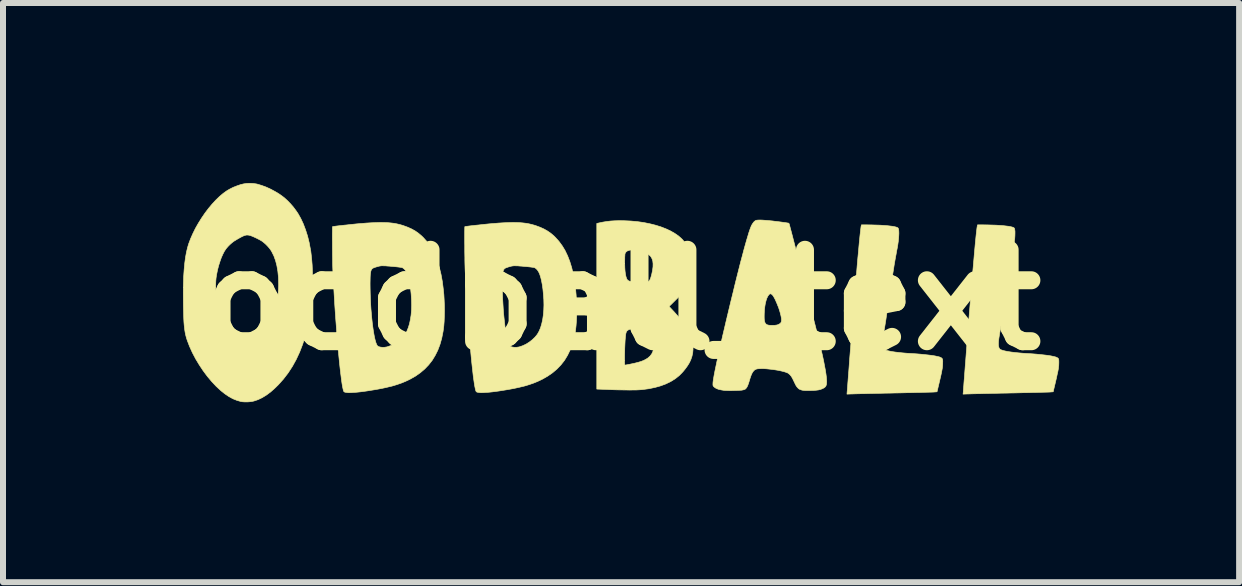
<source format=kicad_pcb>
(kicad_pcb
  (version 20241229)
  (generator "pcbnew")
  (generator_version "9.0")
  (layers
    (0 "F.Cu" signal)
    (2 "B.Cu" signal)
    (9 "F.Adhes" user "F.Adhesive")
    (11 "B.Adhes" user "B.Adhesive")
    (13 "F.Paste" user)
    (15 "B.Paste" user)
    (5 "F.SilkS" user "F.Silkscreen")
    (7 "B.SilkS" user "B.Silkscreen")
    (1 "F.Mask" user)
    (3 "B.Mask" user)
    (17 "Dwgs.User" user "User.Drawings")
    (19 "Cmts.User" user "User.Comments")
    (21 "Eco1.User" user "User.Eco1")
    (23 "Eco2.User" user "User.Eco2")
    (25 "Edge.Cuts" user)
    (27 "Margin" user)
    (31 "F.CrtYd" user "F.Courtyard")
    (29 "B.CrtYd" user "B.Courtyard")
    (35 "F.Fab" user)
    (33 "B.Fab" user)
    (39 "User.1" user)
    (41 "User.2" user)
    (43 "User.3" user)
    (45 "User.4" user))
  (footprint "oddball_text"
    (layer "F.Cu")
    (at 7.319 1.948)
    (property "Reference" "oddball_text" (at 0 0 0) (layer "F.SilkS") (effects (font (size 1.524 1.524) (thickness 0.3))))
    (attr through_hole)
    (fp_poly (pts (xy 4.091 -1.25) (xy 4.162 -1.249) (xy 4.231 -1.247) (xy 4.297 -1.245) (xy 4.359 -1.241) (xy 4.416 -1.237) (xy 4.466 -1.231) (xy 4.509 -1.226) (xy 4.544 -1.219) (xy 4.564 -1.214) (xy 4.583 -1.208) (xy 4.594 -1.202) (xy 4.601 -1.195) (xy 4.605 -1.186) (xy 4.61 -1.168) (xy 4.612 -1.141) (xy 4.613 -1.107) (xy 4.611 -1.067) (xy 4.608 -1.022) (xy 4.603 -0.974) (xy 4.596 -0.925) (xy 4.588 -0.874) (xy 4.587 -0.871) (xy 4.583 -0.849) (xy 4.577 -0.82) (xy 4.571 -0.786) (xy 4.565 -0.751) (xy 4.56 -0.726) (xy 4.553 -0.687) (xy 4.545 -0.642) (xy 4.536 -0.59) (xy 4.527 -0.532) (xy 4.517 -0.468) (xy 4.505 -0.395) (xy 4.493 -0.314) (xy 4.48 -0.225) (xy 4.465 -0.127) (xy 4.455 -0.061) (xy 4.441 0.034) (xy 4.428 0.119) (xy 4.417 0.196) (xy 4.406 0.265) (xy 4.397 0.327) (xy 4.388 0.383) (xy 4.38 0.433) (xy 4.372 0.478) (xy 4.365 0.52) (xy 4.358 0.558) (xy 4.356 0.572) (xy 4.345 0.632) (xy 4.339 0.685) (xy 4.336 0.728) (xy 4.338 0.763) (xy 4.343 0.791) (xy 4.352 0.811) (xy 4.366 0.825) (xy 4.366 0.825) (xy 4.386 0.834) (xy 4.415 0.844) (xy 4.453 0.853) (xy 4.499 0.862) (xy 4.552 0.87) (xy 4.612 0.877) (xy 4.678 0.884) (xy 4.749 0.89) (xy 4.818 0.894) (xy 4.898 0.899) (xy 4.973 0.905) (xy 5.042 0.912) (xy 5.106 0.919) (xy 5.163 0.926) (xy 5.213 0.934) (xy 5.255 0.943) (xy 5.288 0.951) (xy 5.311 0.96) (xy 5.312 0.961) (xy 5.324 0.968) (xy 5.333 0.976) (xy 5.339 0.987) (xy 5.343 1.003) (xy 5.344 1.026) (xy 5.343 1.056) (xy 5.343 1.068) (xy 5.342 1.087) (xy 5.341 1.105) (xy 5.339 1.124) (xy 5.336 1.144) (xy 5.332 1.166) (xy 5.327 1.193) (xy 5.321 1.223) (xy 5.313 1.26) (xy 5.303 1.303) (xy 5.291 1.354) (xy 5.277 1.414) (xy 5.276 1.417) (xy 5.249 1.532) (xy 5.212 1.535) (xy 5.202 1.536) (xy 5.182 1.537) (xy 5.154 1.538) (xy 5.118 1.539) (xy 5.074 1.54) (xy 5.024 1.541) (xy 4.967 1.543) (xy 4.904 1.544) (xy 4.837 1.546) (xy 4.766 1.547) (xy 4.691 1.549) (xy 4.613 1.551) (xy 4.549 1.552) (xy 4.468 1.554) (xy 4.389 1.555) (xy 4.312 1.557) (xy 4.239 1.558) (xy 4.169 1.56) (xy 4.103 1.561) (xy 4.043 1.563) (xy 3.989 1.564) (xy 3.941 1.565) (xy 3.901 1.566) (xy 3.869 1.567) (xy 3.846 1.568) (xy 3.836 1.568) (xy 3.748 1.571) (xy 3.751 1.531) (xy 3.752 1.52) (xy 3.754 1.5) (xy 3.756 1.472) (xy 3.759 1.435) (xy 3.762 1.391) (xy 3.766 1.341) (xy 3.77 1.286) (xy 3.775 1.225) (xy 3.78 1.161) (xy 3.785 1.093) (xy 3.79 1.023) (xy 3.792 0.993) (xy 3.806 0.82) (xy 3.819 0.652) (xy 3.831 0.49) (xy 3.844 0.333) (xy 3.856 0.183) (xy 3.867 0.038) (xy 3.879 -0.1) (xy 3.889 -0.231) (xy 3.9 -0.356) (xy 3.91 -0.473) (xy 3.919 -0.583) (xy 3.928 -0.686) (xy 3.937 -0.78) (xy 3.945 -0.867) (xy 3.952 -0.945) (xy 3.959 -1.014) (xy 3.965 -1.075) (xy 3.971 -1.127) (xy 3.976 -1.17) (xy 3.98 -1.203) (xy 3.983 -1.226) (xy 3.986 -1.237) (xy 3.989 -1.25) (xy 4.091 -1.25)) (stroke (width 0.01) (type solid)) (fill yes) (layer "F.SilkS"))
    (fp_poly (pts (xy 6.027 -1.25) (xy 6.098 -1.249) (xy 6.167 -1.247) (xy 6.233 -1.245) (xy 6.294 -1.241) (xy 6.351 -1.237) (xy 6.402 -1.231) (xy 6.445 -1.226) (xy 6.48 -1.219) (xy 6.5 -1.214) (xy 6.518 -1.208) (xy 6.53 -1.202) (xy 6.537 -1.195) (xy 6.541 -1.186) (xy 6.545 -1.168) (xy 6.548 -1.141) (xy 6.548 -1.107) (xy 6.547 -1.067) (xy 6.544 -1.022) (xy 6.538 -0.974) (xy 6.532 -0.925) (xy 6.523 -0.874) (xy 6.523 -0.871) (xy 6.518 -0.849) (xy 6.513 -0.82) (xy 6.507 -0.786) (xy 6.5 -0.751) (xy 6.495 -0.726) (xy 6.488 -0.687) (xy 6.48 -0.642) (xy 6.472 -0.59) (xy 6.462 -0.532) (xy 6.452 -0.468) (xy 6.441 -0.395) (xy 6.428 -0.314) (xy 6.415 -0.225) (xy 6.4 -0.127) (xy 6.391 -0.061) (xy 6.377 0.034) (xy 6.364 0.119) (xy 6.352 0.196) (xy 6.342 0.265) (xy 6.332 0.327) (xy 6.323 0.383) (xy 6.315 0.433) (xy 6.308 0.478) (xy 6.3 0.52) (xy 6.293 0.558) (xy 6.291 0.572) (xy 6.281 0.632) (xy 6.274 0.685) (xy 6.272 0.728) (xy 6.273 0.763) (xy 6.279 0.791) (xy 6.288 0.811) (xy 6.301 0.825) (xy 6.301 0.825) (xy 6.321 0.834) (xy 6.35 0.844) (xy 6.388 0.853) (xy 6.434 0.862) (xy 6.488 0.87) (xy 6.548 0.877) (xy 6.614 0.884) (xy 6.685 0.89) (xy 6.754 0.894) (xy 6.833 0.899) (xy 6.908 0.905) (xy 6.978 0.912) (xy 7.042 0.919) (xy 7.099 0.926) (xy 7.148 0.934) (xy 7.19 0.943) (xy 7.223 0.951) (xy 7.247 0.96) (xy 7.247 0.961) (xy 7.26 0.968) (xy 7.269 0.976) (xy 7.275 0.987) (xy 7.278 1.003) (xy 7.279 1.026) (xy 7.279 1.056) (xy 7.278 1.068) (xy 7.278 1.087) (xy 7.276 1.105) (xy 7.274 1.124) (xy 7.272 1.144) (xy 7.268 1.166) (xy 7.263 1.193) (xy 7.256 1.223) (xy 7.248 1.26) (xy 7.239 1.303) (xy 7.227 1.354) (xy 7.213 1.414) (xy 7.212 1.417) (xy 7.185 1.532) (xy 7.147 1.535) (xy 7.137 1.536) (xy 7.118 1.537) (xy 7.09 1.538) (xy 7.054 1.539) (xy 7.01 1.54) (xy 6.959 1.541) (xy 6.902 1.543) (xy 6.84 1.544) (xy 6.773 1.546) (xy 6.701 1.547) (xy 6.626 1.549) (xy 6.549 1.551) (xy 6.485 1.552) (xy 6.404 1.554) (xy 6.325 1.555) (xy 6.248 1.557) (xy 6.174 1.558) (xy 6.104 1.56) (xy 6.039 1.561) (xy 5.978 1.563) (xy 5.924 1.564) (xy 5.877 1.565) (xy 5.837 1.566) (xy 5.805 1.567) (xy 5.782 1.568) (xy 5.772 1.568) (xy 5.683 1.571) (xy 5.687 1.531) (xy 5.687 1.52) (xy 5.689 1.5) (xy 5.691 1.472) (xy 5.694 1.435) (xy 5.697 1.391) (xy 5.701 1.341) (xy 5.706 1.286) (xy 5.71 1.225) (xy 5.715 1.161) (xy 5.72 1.093) (xy 5.726 1.023) (xy 5.728 0.993) (xy 5.741 0.82) (xy 5.754 0.652) (xy 5.767 0.49) (xy 5.779 0.333) (xy 5.791 0.183) (xy 5.803 0.038) (xy 5.814 -0.1) (xy 5.825 -0.231) (xy 5.835 -0.356) (xy 5.845 -0.473) (xy 5.855 -0.583) (xy 5.864 -0.686) (xy 5.872 -0.78) (xy 5.88 -0.867) (xy 5.887 -0.945) (xy 5.894 -1.014) (xy 5.9 -1.075) (xy 5.906 -1.127) (xy 5.911 -1.17) (xy 5.915 -1.203) (xy 5.919 -1.226) (xy 5.921 -1.237) (xy 5.924 -1.25) (xy 6.027 -1.25)) (stroke (width 0.01) (type solid)) (fill yes) (layer "F.SilkS"))
    (fp_poly (pts (xy -6.147 -1.94) (xy -6.093 -1.932) (xy -6.08 -1.929) (xy -6.007 -1.907) (xy -5.931 -1.879) (xy -5.855 -1.844) (xy -5.781 -1.804) (xy -5.71 -1.761) (xy -5.647 -1.715) (xy -5.634 -1.705) (xy -5.582 -1.658) (xy -5.529 -1.604) (xy -5.478 -1.545) (xy -5.432 -1.483) (xy -5.401 -1.437) (xy -5.355 -1.355) (xy -5.313 -1.265) (xy -5.276 -1.167) (xy -5.243 -1.064) (xy -5.216 -0.955) (xy -5.195 -0.843) (xy -5.189 -0.81) (xy -5.176 -0.699) (xy -5.166 -0.58) (xy -5.161 -0.456) (xy -5.16 -0.328) (xy -5.162 -0.198) (xy -5.169 -0.068) (xy -5.18 0.06) (xy -5.194 0.185) (xy -5.212 0.304) (xy -5.243 0.457) (xy -5.28 0.602) (xy -5.324 0.739) (xy -5.374 0.869) (xy -5.431 0.992) (xy -5.495 1.108) (xy -5.566 1.217) (xy -5.644 1.319) (xy -5.729 1.414) (xy -5.789 1.473) (xy -5.859 1.535) (xy -5.929 1.587) (xy -5.999 1.63) (xy -6.068 1.663) (xy -6.136 1.686) (xy -6.172 1.694) (xy -6.206 1.698) (xy -6.244 1.701) (xy -6.284 1.701) (xy -6.322 1.699) (xy -6.353 1.694) (xy -6.355 1.694) (xy -6.421 1.675) (xy -6.488 1.648) (xy -6.555 1.611) (xy -6.623 1.565) (xy -6.688 1.513) (xy -6.765 1.442) (xy -6.84 1.362) (xy -6.913 1.275) (xy -6.983 1.181) (xy -7.048 1.083) (xy -7.109 0.982) (xy -7.163 0.879) (xy -7.21 0.775) (xy -7.249 0.673) (xy -7.259 0.642) (xy -7.268 0.61) (xy -7.276 0.578) (xy -7.283 0.544) (xy -7.289 0.507) (xy -7.294 0.467) (xy -7.299 0.422) (xy -7.303 0.372) (xy -7.306 0.317) (xy -7.308 0.254) (xy -7.31 0.184) (xy -7.312 0.105) (xy -7.313 0.02) (xy -7.314 -0.125) (xy -7.313 -0.21) (xy -6.775 -0.21) (xy -6.774 -0.158) (xy -6.771 -0.11) (xy -6.766 -0.069) (xy -6.765 -0.058) (xy -6.748 0.024) (xy -6.727 0.104) (xy -6.7 0.182) (xy -6.669 0.257) (xy -6.635 0.327) (xy -6.597 0.391) (xy -6.556 0.45) (xy -6.513 0.502) (xy -6.469 0.546) (xy -6.423 0.582) (xy -6.378 0.608) (xy -6.329 0.626) (xy -6.279 0.636) (xy -6.229 0.638) (xy -6.183 0.632) (xy -6.161 0.626) (xy -6.119 0.608) (xy -6.08 0.586) (xy -6.043 0.557) (xy -6.006 0.521) (xy -5.994 0.507) (xy -5.931 0.429) (xy -5.877 0.348) (xy -5.832 0.264) (xy -5.795 0.175) (xy -5.786 0.149) (xy -5.765 0.076) (xy -5.748 0.004) (xy -5.736 -0.07) (xy -5.729 -0.148) (xy -5.725 -0.233) (xy -5.725 -0.267) (xy -5.728 -0.375) (xy -5.738 -0.476) (xy -5.754 -0.569) (xy -5.776 -0.654) (xy -5.804 -0.732) (xy -5.839 -0.802) (xy -5.858 -0.833) (xy -5.882 -0.865) (xy -5.912 -0.899) (xy -5.945 -0.932) (xy -5.978 -0.96) (xy -6.002 -0.978) (xy -6.026 -0.993) (xy -6.056 -1.009) (xy -6.089 -1.026) (xy -6.123 -1.042) (xy -6.156 -1.057) (xy -6.185 -1.068) (xy -6.202 -1.074) (xy -6.232 -1.08) (xy -6.258 -1.081) (xy -6.286 -1.075) (xy -6.301 -1.07) (xy -6.322 -1.061) (xy -6.348 -1.048) (xy -6.379 -1.031) (xy -6.411 -1.013) (xy -6.442 -0.994) (xy -6.47 -0.977) (xy -6.474 -0.974) (xy -6.503 -0.952) (xy -6.536 -0.923) (xy -6.567 -0.892) (xy -6.593 -0.862) (xy -6.6 -0.853) (xy -6.628 -0.812) (xy -6.654 -0.762) (xy -6.68 -0.704) (xy -6.703 -0.639) (xy -6.725 -0.57) (xy -6.744 -0.496) (xy -6.759 -0.42) (xy -6.762 -0.403) (xy -6.768 -0.362) (xy -6.772 -0.315) (xy -6.774 -0.263) (xy -6.775 -0.21) (xy -7.313 -0.21) (xy -7.312 -0.261) (xy -7.308 -0.387) (xy -7.3 -0.503) (xy -7.29 -0.61) (xy -7.277 -0.708) (xy -7.261 -0.796) (xy -7.242 -0.875) (xy -7.224 -0.935) (xy -7.192 -1.02) (xy -7.154 -1.106) (xy -7.111 -1.193) (xy -7.062 -1.279) (xy -7.009 -1.364) (xy -6.953 -1.446) (xy -6.894 -1.524) (xy -6.833 -1.597) (xy -6.77 -1.665) (xy -6.708 -1.725) (xy -6.646 -1.777) (xy -6.59 -1.817) (xy -6.539 -1.847) (xy -6.481 -1.876) (xy -6.42 -1.9) (xy -6.359 -1.921) (xy -6.309 -1.933) (xy -6.258 -1.941) (xy -6.203 -1.943) (xy -6.147 -1.94)) (stroke (width 0.01) (type solid)) (fill yes) (layer "F.SilkS"))
    (fp_poly (pts (xy 0.031 -1.319) (xy 0.035 -1.319) (xy 0.146 -1.314) (xy 0.255 -1.304) (xy 0.36 -1.289) (xy 0.46 -1.269) (xy 0.556 -1.245) (xy 0.646 -1.217) (xy 0.731 -1.184) (xy 0.808 -1.148) (xy 0.878 -1.108) (xy 0.94 -1.065) (xy 0.993 -1.018) (xy 1.015 -0.994) (xy 1.065 -0.931) (xy 1.105 -0.866) (xy 1.136 -0.797) (xy 1.157 -0.724) (xy 1.17 -0.647) (xy 1.173 -0.573) (xy 1.169 -0.491) (xy 1.157 -0.413) (xy 1.135 -0.338) (xy 1.104 -0.265) (xy 1.064 -0.194) (xy 1.03 -0.144) (xy 1.02 -0.132) (xy 1.004 -0.113) (xy 0.982 -0.09) (xy 0.957 -0.064) (xy 0.93 -0.036) (xy 0.901 -0.007) (xy 0.894 0.00015) (xy 0.783 0.11) (xy 0.87 0.203) (xy 0.919 0.258) (xy 0.961 0.306) (xy 0.998 0.35) (xy 1.029 0.391) (xy 1.056 0.43) (xy 1.08 0.467) (xy 1.101 0.505) (xy 1.117 0.535) (xy 1.144 0.597) (xy 1.164 0.655) (xy 1.176 0.711) (xy 1.182 0.768) (xy 1.182 0.823) (xy 1.177 0.882) (xy 1.165 0.938) (xy 1.147 0.992) (xy 1.123 1.045) (xy 1.09 1.099) (xy 1.049 1.155) (xy 1.012 1.2) (xy 0.955 1.259) (xy 0.889 1.312) (xy 0.816 1.358) (xy 0.735 1.398) (xy 0.646 1.432) (xy 0.55 1.459) (xy 0.445 1.481) (xy 0.332 1.496) (xy 0.302 1.498) (xy 0.271 1.5) (xy 0.23 1.502) (xy 0.182 1.502) (xy 0.127 1.503) (xy 0.066 1.502) (xy 0.00005 1.501) (xy -0.069 1.5) (xy -0.141 1.498) (xy -0.214 1.495) (xy -0.235 1.494) (xy -0.422 1.487) (xy -0.422 0.974) (xy 0.041 0.974) (xy 0.041 1.009) (xy 0.041 1.039) (xy 0.042 1.063) (xy 0.044 1.079) (xy 0.046 1.087) (xy 0.047 1.087) (xy 0.054 1.086) (xy 0.069 1.084) (xy 0.09 1.08) (xy 0.117 1.075) (xy 0.147 1.069) (xy 0.147 1.069) (xy 0.212 1.055) (xy 0.268 1.041) (xy 0.317 1.026) (xy 0.358 1.01) (xy 0.395 0.991) (xy 0.427 0.971) (xy 0.431 0.968) (xy 0.467 0.936) (xy 0.495 0.898) (xy 0.514 0.857) (xy 0.523 0.811) (xy 0.524 0.762) (xy 0.515 0.709) (xy 0.497 0.652) (xy 0.48 0.612) (xy 0.459 0.578) (xy 0.433 0.549) (xy 0.4 0.526) (xy 0.36 0.507) (xy 0.312 0.493) (xy 0.255 0.483) (xy 0.246 0.482) (xy 0.198 0.479) (xy 0.154 0.483) (xy 0.116 0.495) (xy 0.108 0.499) (xy 0.091 0.509) (xy 0.079 0.52) (xy 0.071 0.534) (xy 0.064 0.554) (xy 0.059 0.581) (xy 0.059 0.587) (xy 0.056 0.611) (xy 0.053 0.641) (xy 0.05 0.677) (xy 0.048 0.717) (xy 0.046 0.759) (xy 0.044 0.803) (xy 0.043 0.848) (xy 0.042 0.892) (xy 0.041 0.934) (xy 0.041 0.974) (xy -0.422 0.974) (xy -0.422 -0.646) (xy 0.043 -0.646) (xy 0.043 -0.609) (xy 0.044 -0.572) (xy 0.045 -0.537) (xy 0.047 -0.505) (xy 0.049 -0.479) (xy 0.05 -0.472) (xy 0.056 -0.428) (xy 0.063 -0.393) (xy 0.071 -0.366) (xy 0.08 -0.345) (xy 0.091 -0.33) (xy 0.105 -0.32) (xy 0.114 -0.315) (xy 0.151 -0.303) (xy 0.197 -0.294) (xy 0.252 -0.288) (xy 0.316 -0.286) (xy 0.335 -0.286) (xy 0.366 -0.287) (xy 0.388 -0.288) (xy 0.404 -0.289) (xy 0.416 -0.292) (xy 0.426 -0.296) (xy 0.429 -0.297) (xy 0.444 -0.308) (xy 0.457 -0.324) (xy 0.469 -0.346) (xy 0.48 -0.377) (xy 0.491 -0.417) (xy 0.493 -0.423) (xy 0.507 -0.49) (xy 0.515 -0.55) (xy 0.516 -0.602) (xy 0.511 -0.648) (xy 0.498 -0.687) (xy 0.479 -0.72) (xy 0.472 -0.729) (xy 0.442 -0.756) (xy 0.404 -0.779) (xy 0.357 -0.799) (xy 0.303 -0.815) (xy 0.248 -0.825) (xy 0.211 -0.83) (xy 0.182 -0.832) (xy 0.157 -0.832) (xy 0.134 -0.83) (xy 0.114 -0.825) (xy 0.085 -0.814) (xy 0.064 -0.797) (xy 0.05 -0.774) (xy 0.05 -0.773) (xy 0.047 -0.761) (xy 0.046 -0.74) (xy 0.044 -0.713) (xy 0.044 -0.681) (xy 0.043 -0.646) (xy -0.422 -0.646) (xy -0.422 -1.274) (xy -0.386 -1.282) (xy -0.32 -1.296) (xy -0.256 -1.306) (xy -0.191 -1.314) (xy -0.123 -1.318) (xy -0.05 -1.32) (xy 0.031 -1.319)) (stroke (width 0.01) (type solid)) (fill yes) (layer "F.SilkS"))
    (fp_poly (pts (xy -3.967 -1.289) (xy -3.908 -1.287) (xy -3.854 -1.282) (xy -3.803 -1.276) (xy -3.755 -1.267) (xy -3.708 -1.256) (xy -3.662 -1.243) (xy -3.644 -1.237) (xy -3.571 -1.21) (xy -3.507 -1.181) (xy -3.448 -1.148) (xy -3.394 -1.11) (xy -3.342 -1.066) (xy -3.314 -1.039) (xy -3.256 -0.974) (xy -3.203 -0.902) (xy -3.156 -0.823) (xy -3.114 -0.735) (xy -3.077 -0.64) (xy -3.045 -0.536) (xy -3.018 -0.424) (xy -2.996 -0.303) (xy -2.98 -0.175) (xy -2.971 -0.087) (xy -2.966 0.003) (xy -2.962 0.094) (xy -2.961 0.185) (xy -2.963 0.273) (xy -2.966 0.357) (xy -2.972 0.435) (xy -2.981 0.505) (xy -2.985 0.532) (xy -3.007 0.642) (xy -3.036 0.744) (xy -3.072 0.839) (xy -3.116 0.927) (xy -3.166 1.009) (xy -3.224 1.083) (xy -3.29 1.152) (xy -3.363 1.214) (xy -3.444 1.271) (xy -3.534 1.322) (xy -3.54 1.325) (xy -3.609 1.358) (xy -3.68 1.387) (xy -3.755 1.413) (xy -3.835 1.437) (xy -3.923 1.458) (xy -3.954 1.465) (xy -4.01 1.477) (xy -4.069 1.488) (xy -4.132 1.499) (xy -4.195 1.509) (xy -4.257 1.519) (xy -4.316 1.527) (xy -4.37 1.534) (xy -4.419 1.539) (xy -4.455 1.542) (xy -4.48 1.543) (xy -4.504 1.545) (xy -4.524 1.546) (xy -4.529 1.546) (xy -4.548 1.547) (xy -4.572 1.546) (xy -4.587 1.544) (xy -4.61 1.541) (xy -4.625 1.537) (xy -4.635 1.531) (xy -4.641 1.522) (xy -4.646 1.507) (xy -4.653 1.478) (xy -4.661 1.439) (xy -4.669 1.391) (xy -4.677 1.334) (xy -4.685 1.27) (xy -4.694 1.198) (xy -4.703 1.119) (xy -4.712 1.034) (xy -4.721 0.943) (xy -4.73 0.847) (xy -4.739 0.746) (xy -4.748 0.641) (xy -4.757 0.533) (xy -4.765 0.421) (xy -4.774 0.306) (xy -4.782 0.19) (xy -4.79 0.072) (xy -4.797 -0.047) (xy -4.804 -0.166) (xy -4.809 -0.264) (xy -4.201 -0.264) (xy -4.2 -0.181) (xy -4.198 -0.096) (xy -4.195 -0.012) (xy -4.191 0.071) (xy -4.186 0.153) (xy -4.179 0.233) (xy -4.172 0.31) (xy -4.164 0.384) (xy -4.155 0.453) (xy -4.146 0.518) (xy -4.136 0.576) (xy -4.126 0.629) (xy -4.115 0.674) (xy -4.104 0.712) (xy -4.092 0.742) (xy -4.081 0.762) (xy -4.075 0.769) (xy -4.056 0.78) (xy -4.03 0.787) (xy -3.999 0.791) (xy -3.965 0.791) (xy -3.931 0.786) (xy -3.916 0.783) (xy -3.861 0.764) (xy -3.806 0.738) (xy -3.752 0.704) (xy -3.702 0.665) (xy -3.657 0.623) (xy -3.62 0.578) (xy -3.614 0.569) (xy -3.587 0.521) (xy -3.564 0.464) (xy -3.544 0.4) (xy -3.529 0.329) (xy -3.517 0.253) (xy -3.51 0.172) (xy -3.508 0.086) (xy -3.51 -0.002) (xy -3.51 -0.003) (xy -3.516 -0.095) (xy -3.525 -0.18) (xy -3.536 -0.256) (xy -3.549 -0.324) (xy -3.564 -0.384) (xy -3.581 -0.434) (xy -3.594 -0.461) (xy -3.611 -0.491) (xy -3.632 -0.514) (xy -3.653 -0.531) (xy -3.674 -0.54) (xy -3.676 -0.54) (xy -3.698 -0.543) (xy -3.727 -0.547) (xy -3.762 -0.551) (xy -3.801 -0.555) (xy -3.84 -0.558) (xy -3.879 -0.562) (xy -3.914 -0.564) (xy -3.943 -0.567) (xy -3.96 -0.567) (xy -3.987 -0.568) (xy -4.008 -0.568) (xy -4.026 -0.566) (xy -4.045 -0.563) (xy -4.069 -0.557) (xy -4.079 -0.554) (xy -4.104 -0.547) (xy -4.127 -0.539) (xy -4.145 -0.532) (xy -4.155 -0.527) (xy -4.166 -0.519) (xy -4.175 -0.507) (xy -4.183 -0.493) (xy -4.189 -0.474) (xy -4.193 -0.449) (xy -4.197 -0.418) (xy -4.199 -0.38) (xy -4.2 -0.334) (xy -4.201 -0.279) (xy -4.201 -0.264) (xy -4.809 -0.264) (xy -4.81 -0.285) (xy -4.817 -0.403) (xy -4.822 -0.516) (xy -4.823 -0.542) (xy -4.824 -0.575) (xy -4.825 -0.614) (xy -4.825 -0.657) (xy -4.826 -0.705) (xy -4.827 -0.755) (xy -4.827 -0.807) (xy -4.828 -0.86) (xy -4.828 -0.913) (xy -4.828 -0.965) (xy -4.829 -1.015) (xy -4.829 -1.061) (xy -4.829 -1.104) (xy -4.828 -1.141) (xy -4.828 -1.173) (xy -4.828 -1.197) (xy -4.827 -1.213) (xy -4.826 -1.221) (xy -4.826 -1.221) (xy -4.82 -1.222) (xy -4.806 -1.224) (xy -4.784 -1.227) (xy -4.755 -1.231) (xy -4.72 -1.235) (xy -4.682 -1.239) (xy -4.641 -1.244) (xy -4.597 -1.248) (xy -4.553 -1.253) (xy -4.51 -1.258) (xy -4.468 -1.262) (xy -4.43 -1.266) (xy -4.395 -1.269) (xy -4.366 -1.272) (xy -4.356 -1.272) (xy -4.262 -1.28) (xy -4.177 -1.285) (xy -4.1 -1.288) (xy -4.03 -1.29) (xy -3.967 -1.289)) (stroke (width 0.01) (type solid)) (fill yes) (layer "F.SilkS"))
    (fp_poly (pts (xy -1.762 -1.289) (xy -1.704 -1.287) (xy -1.649 -1.282) (xy -1.599 -1.276) (xy -1.55 -1.267) (xy -1.504 -1.256) (xy -1.457 -1.243) (xy -1.439 -1.237) (xy -1.366 -1.21) (xy -1.302 -1.181) (xy -1.244 -1.148) (xy -1.189 -1.11) (xy -1.137 -1.066) (xy -1.11 -1.039) (xy -1.052 -0.974) (xy -0.999 -0.902) (xy -0.951 -0.823) (xy -0.909 -0.735) (xy -0.872 -0.64) (xy -0.84 -0.536) (xy -0.814 -0.424) (xy -0.792 -0.303) (xy -0.775 -0.175) (xy -0.767 -0.087) (xy -0.761 0.003) (xy -0.758 0.094) (xy -0.757 0.185) (xy -0.758 0.273) (xy -0.762 0.357) (xy -0.768 0.435) (xy -0.776 0.505) (xy -0.78 0.532) (xy -0.802 0.642) (xy -0.831 0.744) (xy -0.868 0.839) (xy -0.911 0.927) (xy -0.961 1.009) (xy -1.019 1.083) (xy -1.085 1.152) (xy -1.158 1.214) (xy -1.24 1.271) (xy -1.329 1.322) (xy -1.336 1.325) (xy -1.404 1.358) (xy -1.475 1.387) (xy -1.55 1.413) (xy -1.63 1.437) (xy -1.718 1.458) (xy -1.75 1.465) (xy -1.805 1.477) (xy -1.865 1.488) (xy -1.927 1.499) (xy -1.99 1.509) (xy -2.052 1.519) (xy -2.111 1.527) (xy -2.166 1.534) (xy -2.214 1.539) (xy -2.25 1.542) (xy -2.275 1.543) (xy -2.299 1.545) (xy -2.319 1.546) (xy -2.324 1.546) (xy -2.344 1.547) (xy -2.367 1.546) (xy -2.383 1.544) (xy -2.405 1.541) (xy -2.42 1.537) (xy -2.43 1.531) (xy -2.436 1.522) (xy -2.441 1.507) (xy -2.448 1.478) (xy -2.456 1.439) (xy -2.464 1.391) (xy -2.472 1.334) (xy -2.481 1.27) (xy -2.489 1.198) (xy -2.498 1.119) (xy -2.507 1.034) (xy -2.516 0.943) (xy -2.525 0.847) (xy -2.534 0.746) (xy -2.543 0.641) (xy -2.552 0.533) (xy -2.561 0.421) (xy -2.569 0.306) (xy -2.577 0.19) (xy -2.585 0.072) (xy -2.592 -0.047) (xy -2.599 -0.166) (xy -2.605 -0.264) (xy -1.996 -0.264) (xy -1.996 -0.181) (xy -1.994 -0.096) (xy -1.991 -0.012) (xy -1.986 0.071) (xy -1.981 0.153) (xy -1.975 0.233) (xy -1.967 0.31) (xy -1.959 0.384) (xy -1.951 0.453) (xy -1.941 0.518) (xy -1.931 0.576) (xy -1.921 0.629) (xy -1.91 0.674) (xy -1.899 0.712) (xy -1.888 0.742) (xy -1.876 0.762) (xy -1.87 0.769) (xy -1.852 0.78) (xy -1.826 0.787) (xy -1.795 0.791) (xy -1.761 0.791) (xy -1.726 0.786) (xy -1.711 0.783) (xy -1.656 0.764) (xy -1.601 0.738) (xy -1.547 0.704) (xy -1.497 0.665) (xy -1.453 0.623) (xy -1.416 0.578) (xy -1.41 0.569) (xy -1.383 0.521) (xy -1.359 0.464) (xy -1.34 0.4) (xy -1.324 0.329) (xy -1.313 0.253) (xy -1.306 0.172) (xy -1.303 0.086) (xy -1.305 -0.002) (xy -1.305 -0.003) (xy -1.312 -0.095) (xy -1.32 -0.18) (xy -1.331 -0.256) (xy -1.344 -0.324) (xy -1.359 -0.384) (xy -1.376 -0.434) (xy -1.389 -0.461) (xy -1.407 -0.491) (xy -1.427 -0.514) (xy -1.448 -0.531) (xy -1.469 -0.54) (xy -1.471 -0.54) (xy -1.493 -0.543) (xy -1.522 -0.547) (xy -1.558 -0.551) (xy -1.596 -0.555) (xy -1.636 -0.558) (xy -1.674 -0.562) (xy -1.709 -0.564) (xy -1.738 -0.567) (xy -1.755 -0.567) (xy -1.782 -0.568) (xy -1.803 -0.568) (xy -1.821 -0.566) (xy -1.841 -0.563) (xy -1.864 -0.557) (xy -1.874 -0.554) (xy -1.899 -0.547) (xy -1.922 -0.539) (xy -1.94 -0.532) (xy -1.95 -0.527) (xy -1.961 -0.519) (xy -1.971 -0.507) (xy -1.978 -0.493) (xy -1.984 -0.474) (xy -1.989 -0.449) (xy -1.992 -0.418) (xy -1.994 -0.38) (xy -1.996 -0.334) (xy -1.996 -0.279) (xy -1.996 -0.264) (xy -2.605 -0.264) (xy -2.606 -0.285) (xy -2.612 -0.403) (xy -2.617 -0.516) (xy -2.618 -0.542) (xy -2.619 -0.575) (xy -2.62 -0.614) (xy -2.621 -0.657) (xy -2.621 -0.705) (xy -2.622 -0.755) (xy -2.623 -0.807) (xy -2.623 -0.86) (xy -2.623 -0.913) (xy -2.624 -0.965) (xy -2.624 -1.015) (xy -2.624 -1.061) (xy -2.624 -1.104) (xy -2.624 -1.141) (xy -2.623 -1.173) (xy -2.623 -1.197) (xy -2.622 -1.213) (xy -2.621 -1.221) (xy -2.621 -1.221) (xy -2.616 -1.222) (xy -2.601 -1.224) (xy -2.579 -1.227) (xy -2.55 -1.231) (xy -2.516 -1.235) (xy -2.477 -1.239) (xy -2.436 -1.244) (xy -2.393 -1.248) (xy -2.349 -1.253) (xy -2.305 -1.258) (xy -2.264 -1.262) (xy -2.225 -1.266) (xy -2.19 -1.269) (xy -2.161 -1.272) (xy -2.151 -1.272) (xy -2.057 -1.28) (xy -1.972 -1.285) (xy -1.895 -1.288) (xy -1.825 -1.29) (xy -1.762 -1.289)) (stroke (width 0.01) (type solid)) (fill yes) (layer "F.SilkS"))
    (fp_poly (pts (xy 2.345 -1.329) (xy 2.396 -1.325) (xy 2.447 -1.321) (xy 2.475 -1.318) (xy 2.508 -1.315) (xy 2.544 -1.31) (xy 2.582 -1.306) (xy 2.621 -1.301) (xy 2.658 -1.296) (xy 2.693 -1.291) (xy 2.724 -1.287) (xy 2.749 -1.283) (xy 2.767 -1.28) (xy 2.777 -1.278) (xy 2.777 -1.278) (xy 2.782 -1.272) (xy 2.787 -1.26) (xy 2.788 -1.256) (xy 2.8 -1.209) (xy 2.815 -1.153) (xy 2.832 -1.089) (xy 2.85 -1.019) (xy 2.87 -0.942) (xy 2.891 -0.86) (xy 2.914 -0.774) (xy 2.937 -0.683) (xy 2.961 -0.589) (xy 2.986 -0.493) (xy 3.011 -0.395) (xy 3.036 -0.296) (xy 3.061 -0.196) (xy 3.086 -0.097) (xy 3.111 0.001) (xy 3.136 0.098) (xy 3.159 0.192) (xy 3.182 0.283) (xy 3.204 0.37) (xy 3.225 0.452) (xy 3.244 0.529) (xy 3.261 0.6) (xy 3.277 0.664) (xy 3.291 0.721) (xy 3.303 0.769) (xy 3.312 0.808) (xy 3.314 0.818) (xy 3.338 0.921) (xy 3.358 1.014) (xy 3.374 1.098) (xy 3.388 1.172) (xy 3.398 1.237) (xy 3.405 1.292) (xy 3.408 1.337) (xy 3.409 1.358) (xy 3.408 1.391) (xy 3.404 1.417) (xy 3.396 1.436) (xy 3.385 1.451) (xy 3.368 1.465) (xy 3.363 1.468) (xy 3.338 1.481) (xy 3.309 1.492) (xy 3.275 1.501) (xy 3.236 1.506) (xy 3.19 1.51) (xy 3.136 1.511) (xy 3.119 1.511) (xy 3.084 1.511) (xy 3.057 1.511) (xy 3.036 1.51) (xy 3.02 1.508) (xy 3.006 1.506) (xy 2.993 1.503) (xy 2.984 1.5) (xy 2.962 1.492) (xy 2.947 1.484) (xy 2.933 1.472) (xy 2.924 1.462) (xy 2.916 1.453) (xy 2.909 1.444) (xy 2.901 1.432) (xy 2.893 1.418) (xy 2.884 1.4) (xy 2.872 1.375) (xy 2.857 1.344) (xy 2.846 1.321) (xy 2.823 1.279) (xy 2.797 1.247) (xy 2.769 1.224) (xy 2.757 1.217) (xy 2.728 1.206) (xy 2.693 1.195) (xy 2.651 1.185) (xy 2.605 1.175) (xy 2.556 1.167) (xy 2.506 1.16) (xy 2.455 1.154) (xy 2.406 1.149) (xy 2.36 1.146) (xy 2.318 1.146) (xy 2.282 1.147) (xy 2.253 1.15) (xy 2.234 1.155) (xy 2.213 1.165) (xy 2.195 1.181) (xy 2.178 1.202) (xy 2.162 1.23) (xy 2.147 1.266) (xy 2.132 1.31) (xy 2.123 1.341) (xy 2.108 1.389) (xy 2.094 1.427) (xy 2.08 1.456) (xy 2.065 1.476) (xy 2.054 1.487) (xy 2.04 1.493) (xy 2.02 1.5) (xy 2.005 1.503) (xy 1.989 1.506) (xy 1.964 1.507) (xy 1.933 1.509) (xy 1.897 1.51) (xy 1.86 1.511) (xy 1.821 1.512) (xy 1.785 1.512) (xy 1.751 1.511) (xy 1.724 1.51) (xy 1.703 1.509) (xy 1.701 1.509) (xy 1.647 1.5) (xy 1.601 1.489) (xy 1.565 1.474) (xy 1.537 1.455) (xy 1.531 1.449) (xy 1.521 1.439) (xy 1.516 1.43) (xy 1.514 1.417) (xy 1.514 1.4) (xy 1.515 1.376) (xy 1.519 1.343) (xy 1.526 1.301) (xy 1.535 1.248) (xy 1.547 1.186) (xy 1.562 1.114) (xy 1.579 1.032) (xy 1.599 0.941) (xy 1.621 0.839) (xy 1.647 0.728) (xy 1.674 0.607) (xy 1.705 0.477) (xy 1.734 0.353) (xy 1.752 0.279) (xy 2.368 0.279) (xy 2.369 0.32) (xy 2.373 0.353) (xy 2.381 0.379) (xy 2.393 0.398) (xy 2.41 0.412) (xy 2.433 0.42) (xy 2.461 0.424) (xy 2.496 0.425) (xy 2.515 0.425) (xy 2.544 0.424) (xy 2.566 0.421) (xy 2.584 0.418) (xy 2.601 0.412) (xy 2.603 0.411) (xy 2.626 0.399) (xy 2.643 0.385) (xy 2.653 0.366) (xy 2.657 0.342) (xy 2.656 0.311) (xy 2.649 0.273) (xy 2.649 0.271) (xy 2.631 0.2) (xy 2.608 0.128) (xy 2.578 0.054) (xy 2.553 -0.003) (xy 2.533 -0.041) (xy 2.515 -0.07) (xy 2.498 -0.089) (xy 2.483 -0.099) (xy 2.468 -0.101) (xy 2.454 -0.094) (xy 2.448 -0.088) (xy 2.43 -0.063) (xy 2.413 -0.029) (xy 2.399 0.013) (xy 2.387 0.061) (xy 2.378 0.116) (xy 2.372 0.175) (xy 2.369 0.228) (xy 2.368 0.279) (xy 1.752 0.279) (xy 1.774 0.186) (xy 1.812 0.028) (xy 1.849 -0.122) (xy 1.883 -0.263) (xy 1.916 -0.395) (xy 1.947 -0.518) (xy 1.976 -0.632) (xy 2.004 -0.736) (xy 2.029 -0.832) (xy 2.053 -0.918) (xy 2.075 -0.995) (xy 2.095 -1.062) (xy 2.112 -1.119) (xy 2.128 -1.167) (xy 2.142 -1.205) (xy 2.154 -1.234) (xy 2.157 -1.241) (xy 2.175 -1.271) (xy 2.194 -1.297) (xy 2.214 -1.315) (xy 2.229 -1.324) (xy 2.245 -1.328) (xy 2.269 -1.33) (xy 2.302 -1.331) (xy 2.345 -1.329)) (stroke (width 0.01) (type solid)) (fill yes) (layer "F.SilkS")))
  (gr_rect
    (start -3 -3)
    (end 17.603 6.654)
    (stroke (width 0.1) (type default))
    (fill no)
    (layer "Edge.Cuts")))
</source>
